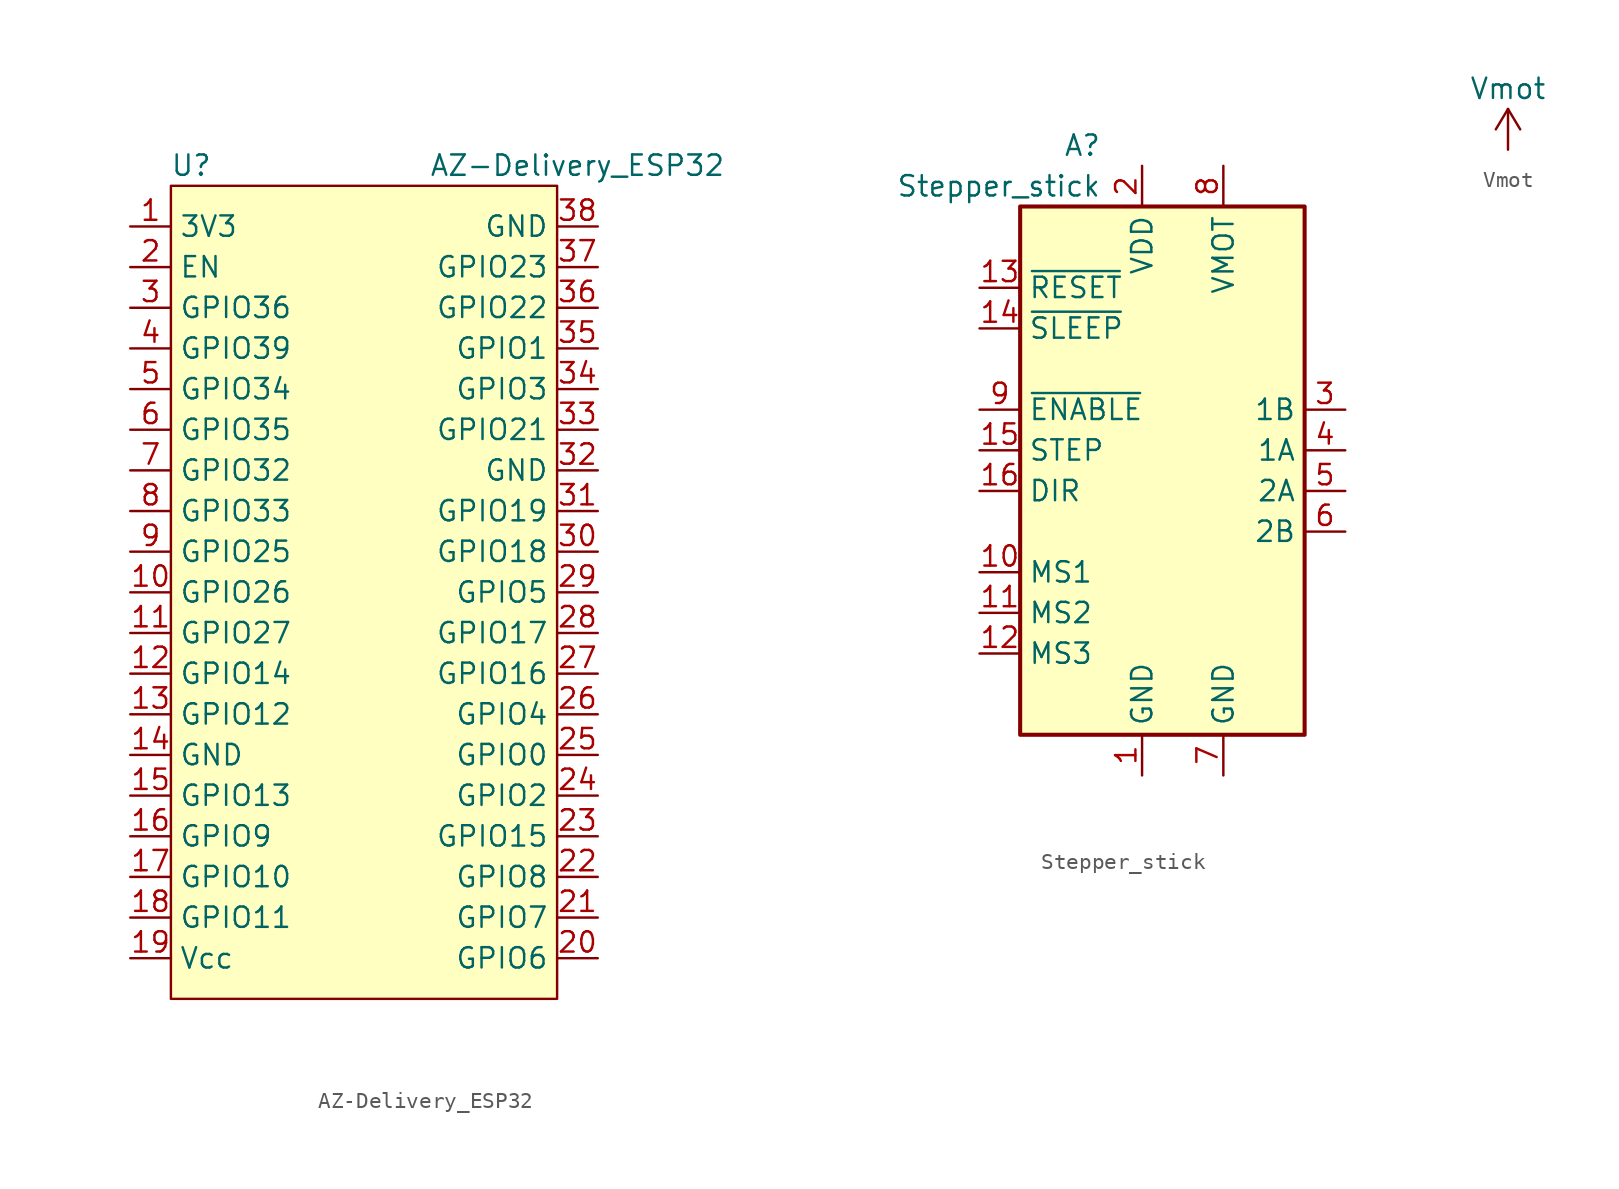
<source format=kicad_sym>
(kicad_symbol_lib
  (version 20210619)
  (generator kicad_symbol_editor)
  (symbol "CNC:AZ-Delivery_ESP32"
    (property "Reference" "U"
      (at -11.43 25.4 0)
      (effects (font (size 1.27 1.27))))
    (property "Value" "AZ-Delivery_ESP32"
      (at 12.7 25.4 0)
      (effects (font (size 1.27 1.27))))
    (symbol "AZ-Delivery_ESP32_0_1"
      (rectangle (start -12.7 24.13) (end 11.43 -26.67) (stroke (width 0.152)) (fill (type background))))
    (symbol "AZ-Delivery_ESP32_1_1"
      (pin power_out line (at -15.24 21.59 0) (length 2.54) (name "3V3" (effects (font (size 1.27 1.27)))) (number "1" (effects (font (size 1.27 1.27)))))
      (pin bidirectional line (at -15.24 -1.27 0) (length 2.54) (name "GPIO26" (effects (font (size 1.27 1.27)))) (number "10" (effects (font (size 1.27 1.27)))))
      (pin bidirectional line (at -15.24 -3.81 0) (length 2.54) (name "GPIO27" (effects (font (size 1.27 1.27)))) (number "11" (effects (font (size 1.27 1.27)))))
      (pin bidirectional line (at -15.24 -6.35 0) (length 2.54) (name "GPIO14" (effects (font (size 1.27 1.27)))) (number "12" (effects (font (size 1.27 1.27)))))
      (pin bidirectional line (at -15.24 -8.89 0) (length 2.54) (name "GPIO12" (effects (font (size 1.27 1.27)))) (number "13" (effects (font (size 1.27 1.27)))))
      (pin power_in line (at -15.24 -11.43 0) (length 2.54) (name "GND" (effects (font (size 1.27 1.27)))) (number "14" (effects (font (size 1.27 1.27)))))
      (pin bidirectional line (at -15.24 -13.97 0) (length 2.54) (name "GPIO13" (effects (font (size 1.27 1.27)))) (number "15" (effects (font (size 1.27 1.27)))))
      (pin bidirectional line (at -15.24 -16.51 0) (length 2.54) (name "GPIO9" (effects (font (size 1.27 1.27)))) (number "16" (effects (font (size 1.27 1.27)))))
      (pin bidirectional line (at -15.24 -19.05 0) (length 2.54) (name "GPIO10" (effects (font (size 1.27 1.27)))) (number "17" (effects (font (size 1.27 1.27)))))
      (pin bidirectional line (at -15.24 -21.59 0) (length 2.54) (name "GPIO11" (effects (font (size 1.27 1.27)))) (number "18" (effects (font (size 1.27 1.27)))))
      (pin power_in line (at -15.24 -24.13 0) (length 2.54) (name "Vcc" (effects (font (size 1.27 1.27)))) (number "19" (effects (font (size 1.27 1.27)))))
      (pin input line (at -15.24 19.05 0) (length 2.54) (name "EN" (effects (font (size 1.27 1.27)))) (number "2" (effects (font (size 1.27 1.27)))))
      (pin bidirectional line (at 13.97 -24.13 180) (length 2.54) (name "GPIO6" (effects (font (size 1.27 1.27)))) (number "20" (effects (font (size 1.27 1.27)))))
      (pin bidirectional line (at 13.97 -21.59 180) (length 2.54) (name "GPIO7" (effects (font (size 1.27 1.27)))) (number "21" (effects (font (size 1.27 1.27)))))
      (pin bidirectional line (at 13.97 -19.05 180) (length 2.54) (name "GPIO8" (effects (font (size 1.27 1.27)))) (number "22" (effects (font (size 1.27 1.27)))))
      (pin bidirectional line (at 13.97 -16.51 180) (length 2.54) (name "GPIO15" (effects (font (size 1.27 1.27)))) (number "23" (effects (font (size 1.27 1.27)))))
      (pin bidirectional line (at 13.97 -13.97 180) (length 2.54) (name "GPIO2" (effects (font (size 1.27 1.27)))) (number "24" (effects (font (size 1.27 1.27)))))
      (pin bidirectional line (at 13.97 -11.43 180) (length 2.54) (name "GPIO0" (effects (font (size 1.27 1.27)))) (number "25" (effects (font (size 1.27 1.27)))))
      (pin bidirectional line (at 13.97 -8.89 180) (length 2.54) (name "GPIO4" (effects (font (size 1.27 1.27)))) (number "26" (effects (font (size 1.27 1.27)))))
      (pin bidirectional line (at 13.97 -6.35 180) (length 2.54) (name "GPIO16" (effects (font (size 1.27 1.27)))) (number "27" (effects (font (size 1.27 1.27)))))
      (pin bidirectional line (at 13.97 -3.81 180) (length 2.54) (name "GPIO17" (effects (font (size 1.27 1.27)))) (number "28" (effects (font (size 1.27 1.27)))))
      (pin bidirectional line (at 13.97 -1.27 180) (length 2.54) (name "GPIO5" (effects (font (size 1.27 1.27)))) (number "29" (effects (font (size 1.27 1.27)))))
      (pin bidirectional line (at -15.24 16.51 0) (length 2.54) (name "GPIO36" (effects (font (size 1.27 1.27)))) (number "3" (effects (font (size 1.27 1.27)))))
      (pin bidirectional line (at 13.97 1.27 180) (length 2.54) (name "GPIO18" (effects (font (size 1.27 1.27)))) (number "30" (effects (font (size 1.27 1.27)))))
      (pin bidirectional line (at 13.97 3.81 180) (length 2.54) (name "GPIO19" (effects (font (size 1.27 1.27)))) (number "31" (effects (font (size 1.27 1.27)))))
      (pin power_in line (at 13.97 6.35 180) (length 2.54) (name "GND" (effects (font (size 1.27 1.27)))) (number "32" (effects (font (size 1.27 1.27)))))
      (pin bidirectional line (at 13.97 8.89 180) (length 2.54) (name "GPIO21" (effects (font (size 1.27 1.27)))) (number "33" (effects (font (size 1.27 1.27)))))
      (pin bidirectional line (at 13.97 11.43 180) (length 2.54) (name "GPIO3" (effects (font (size 1.27 1.27)))) (number "34" (effects (font (size 1.27 1.27)))))
      (pin bidirectional line (at 13.97 13.97 180) (length 2.54) (name "GPIO1" (effects (font (size 1.27 1.27)))) (number "35" (effects (font (size 1.27 1.27)))))
      (pin bidirectional line (at 13.97 16.51 180) (length 2.54) (name "GPIO22" (effects (font (size 1.27 1.27)))) (number "36" (effects (font (size 1.27 1.27)))))
      (pin bidirectional line (at 13.97 19.05 180) (length 2.54) (name "GPIO23" (effects (font (size 1.27 1.27)))) (number "37" (effects (font (size 1.27 1.27)))))
      (pin power_in line (at 13.97 21.59 180) (length 2.54) (name "GND" (effects (font (size 1.27 1.27)))) (number "38" (effects (font (size 1.27 1.27)))))
      (pin bidirectional line (at -15.24 13.97 0) (length 2.54) (name "GPIO39" (effects (font (size 1.27 1.27)))) (number "4" (effects (font (size 1.27 1.27)))))
      (pin bidirectional line (at -15.24 11.43 0) (length 2.54) (name "GPIO34" (effects (font (size 1.27 1.27)))) (number "5" (effects (font (size 1.27 1.27)))))
      (pin bidirectional line (at -15.24 8.89 0) (length 2.54) (name "GPIO35" (effects (font (size 1.27 1.27)))) (number "6" (effects (font (size 1.27 1.27)))))
      (pin bidirectional line (at -15.24 6.35 0) (length 2.54) (name "GPIO32" (effects (font (size 1.27 1.27)))) (number "7" (effects (font (size 1.27 1.27)))))
      (pin bidirectional line (at -15.24 3.81 0) (length 2.54) (name "GPIO33" (effects (font (size 1.27 1.27)))) (number "8" (effects (font (size 1.27 1.27)))))
      (pin bidirectional line (at -15.24 1.27 0) (length 2.54) (name "GPIO25" (effects (font (size 1.27 1.27)))) (number "9" (effects (font (size 1.27 1.27)))))))
  (symbol "CNC:Stepper_stick"
    (property "Reference" "A"
      (at -2.54 19.05 0)
      (effects (font (size 1.27 1.27)) (justify right)))
    (property "Value" "Stepper_stick"
      (at -2.54 16.51 0)
      (effects (font (size 1.27 1.27)) (justify right)))
    (symbol "Stepper_stick_0_1"
      (rectangle (start 10.16 -17.78) (end -7.62 15.24) (stroke (width 0.254)) (fill (type background))))
    (symbol "Stepper_stick_1_1"
      (pin power_in line (at 0 -20.32 90) (length 2.54) (name "GND" (effects (font (size 1.27 1.27)))) (number "1" (effects (font (size 1.27 1.27)))))
      (pin input line (at -10.16 -7.62 0) (length 2.54) (name "MS1" (effects (font (size 1.27 1.27)))) (number "10" (effects (font (size 1.27 1.27)))))
      (pin input line (at -10.16 -10.16 0) (length 2.54) (name "MS2" (effects (font (size 1.27 1.27)))) (number "11" (effects (font (size 1.27 1.27)))))
      (pin input line (at -10.16 -12.7 0) (length 2.54) (name "MS3" (effects (font (size 1.27 1.27)))) (number "12" (effects (font (size 1.27 1.27)))))
      (pin input line (at -10.16 10.16 0) (length 2.54) (name "~{RESET}" (effects (font (size 1.27 1.27)))) (number "13" (effects (font (size 1.27 1.27)))))
      (pin input line (at -10.16 7.62 0) (length 2.54) (name "~{SLEEP}" (effects (font (size 1.27 1.27)))) (number "14" (effects (font (size 1.27 1.27)))))
      (pin input line (at -10.16 0 0) (length 2.54) (name "STEP" (effects (font (size 1.27 1.27)))) (number "15" (effects (font (size 1.27 1.27)))))
      (pin input line (at -10.16 -2.54 0) (length 2.54) (name "DIR" (effects (font (size 1.27 1.27)))) (number "16" (effects (font (size 1.27 1.27)))))
      (pin power_in line (at 0 17.78 270) (length 2.54) (name "VDD" (effects (font (size 1.27 1.27)))) (number "2" (effects (font (size 1.27 1.27)))))
      (pin output line (at 12.7 2.54 180) (length 2.54) (name "1B" (effects (font (size 1.27 1.27)))) (number "3" (effects (font (size 1.27 1.27)))))
      (pin output line (at 12.7 0 180) (length 2.54) (name "1A" (effects (font (size 1.27 1.27)))) (number "4" (effects (font (size 1.27 1.27)))))
      (pin output line (at 12.7 -2.54 180) (length 2.54) (name "2A" (effects (font (size 1.27 1.27)))) (number "5" (effects (font (size 1.27 1.27)))))
      (pin output line (at 12.7 -5.08 180) (length 2.54) (name "2B" (effects (font (size 1.27 1.27)))) (number "6" (effects (font (size 1.27 1.27)))))
      (pin power_in line (at 5.08 -20.32 90) (length 2.54) (name "GND" (effects (font (size 1.27 1.27)))) (number "7" (effects (font (size 1.27 1.27)))))
      (pin power_in line (at 5.08 17.78 270) (length 2.54) (name "VMOT" (effects (font (size 1.27 1.27)))) (number "8" (effects (font (size 1.27 1.27)))))
      (pin input line (at -10.16 2.54 0) (length 2.54) (name "~{ENABLE}" (effects (font (size 1.27 1.27)))) (number "9" (effects (font (size 1.27 1.27)))))))
  (symbol "CNC:Vmot"
    (power)
    (pin_names
      (offset 0))
    (property "Reference" "#PWR"
      (at -5.08 -3.81 0)
      (effects (font (size 1.27 1.27)) hide))
    (property "Value" "Vmot"
      (at 0 3.81 0)
      (effects (font (size 1.27 1.27))))
    (symbol "Vmot_0_1"
      (polyline (pts (xy -0.762 1.27) (xy 0 2.54)) (stroke (width 0)) (fill (type none)))
      (polyline (pts (xy 0 0) (xy 0 2.54)) (stroke (width 0)) (fill (type none)))
      (polyline (pts (xy 0 2.54) (xy 0.762 1.27)) (stroke (width 0)) (fill (type none))))
    (symbol "Vmot_1_1"
      (pin power_in line (at 0 0 90) (length 0) hide (name "Vmot" (effects (font (size 1.27 1.27)))) (number "1" (effects (font (size 1.27 1.27))))))))
</source>
